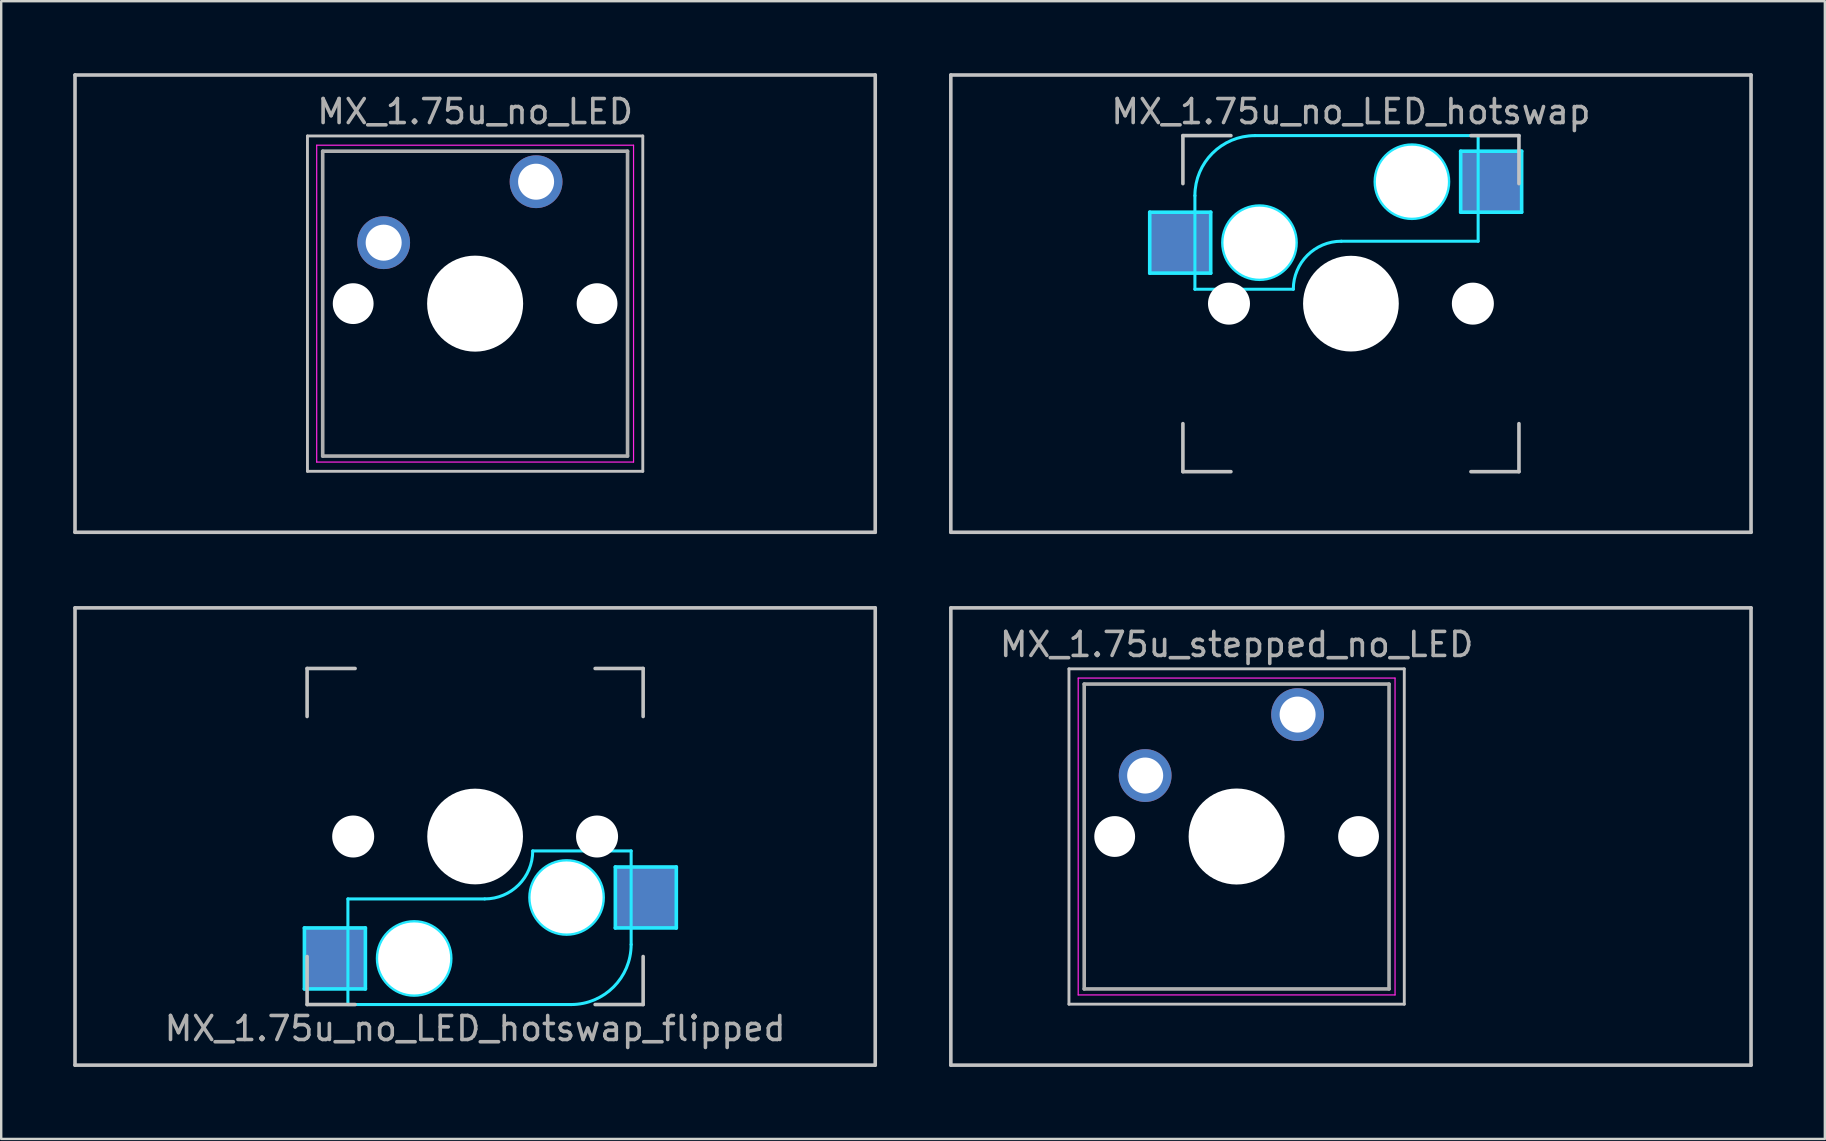
<source format=kicad_pcb>
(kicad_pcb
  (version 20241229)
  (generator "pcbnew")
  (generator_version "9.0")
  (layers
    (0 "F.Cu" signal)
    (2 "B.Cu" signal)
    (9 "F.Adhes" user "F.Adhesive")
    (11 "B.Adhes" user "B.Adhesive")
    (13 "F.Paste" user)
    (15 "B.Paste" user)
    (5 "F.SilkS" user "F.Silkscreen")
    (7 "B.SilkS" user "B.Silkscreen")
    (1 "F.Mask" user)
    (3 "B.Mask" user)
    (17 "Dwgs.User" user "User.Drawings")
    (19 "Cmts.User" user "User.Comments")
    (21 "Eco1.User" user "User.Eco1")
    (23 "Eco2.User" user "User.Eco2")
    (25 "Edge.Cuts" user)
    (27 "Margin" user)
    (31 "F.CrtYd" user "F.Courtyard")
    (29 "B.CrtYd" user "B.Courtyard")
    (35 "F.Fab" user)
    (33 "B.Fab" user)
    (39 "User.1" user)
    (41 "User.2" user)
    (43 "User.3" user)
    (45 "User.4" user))
  (footprint "MX_1.75u_no_LED"
    (layer "F.Cu")
    (at 16.744 9.6)
    (property "Reference" "MX_1.75u_no_LED" (at 0 -8 0) (layer "F.Fab") (effects (font (size 1 1) (thickness 0.15))))
    (attr through_hole)
    (fp_line (start -16.669 -9.525) (end 16.669 -9.525) (stroke (width 0.15) (type solid)) (layer "Dwgs.User"))
    (fp_line (start -16.669 9.525) (end -16.669 -9.525) (stroke (width 0.15) (type solid)) (layer "Dwgs.User"))
    (fp_line (start -6.985 -6.985) (end 6.985 -6.985) (stroke (width 0.12) (type solid)) (layer "Dwgs.User"))
    (fp_line (start -6.985 6.985) (end -6.985 -6.985) (stroke (width 0.12) (type solid)) (layer "Dwgs.User"))
    (fp_line (start 6.985 -6.985) (end 6.985 6.985) (stroke (width 0.12) (type solid)) (layer "Dwgs.User"))
    (fp_line (start 6.985 6.985) (end -6.985 6.985) (stroke (width 0.12) (type solid)) (layer "Dwgs.User"))
    (fp_line (start 16.669 -9.525) (end 16.669 9.525) (stroke (width 0.15) (type solid)) (layer "Dwgs.User"))
    (fp_line (start 16.669 9.525) (end -16.669 9.525) (stroke (width 0.15) (type solid)) (layer "Dwgs.User"))
    (fp_line (start -6.6 -6.6) (end 6.6 -6.6) (stroke (width 0.05) (type solid)) (layer "F.CrtYd"))
    (fp_line (start -6.6 6.6) (end -6.6 -6.6) (stroke (width 0.05) (type solid)) (layer "F.CrtYd"))
    (fp_line (start 6.6 -6.6) (end 6.6 6.6) (stroke (width 0.05) (type solid)) (layer "F.CrtYd"))
    (fp_line (start 6.6 6.6) (end -6.6 6.6) (stroke (width 0.05) (type solid)) (layer "F.CrtYd"))
    (fp_line (start -6.35 -6.35) (end 6.35 -6.35) (stroke (width 0.15) (type solid)) (layer "F.Fab"))
    (fp_line (start -6.35 6.35) (end -6.35 -6.35) (stroke (width 0.15) (type solid)) (layer "F.Fab"))
    (fp_line (start 6.35 -6.35) (end 6.35 6.35) (stroke (width 0.15) (type solid)) (layer "F.Fab"))
    (fp_line (start 6.35 6.35) (end -6.35 6.35) (stroke (width 0.15) (type solid)) (layer "F.Fab"))
    (pad "" np_thru_hole circle (at -5.08 0) (size 1.7 1.7) (drill 1.7) (layers "*.Cu" "*.Mask"))
    (pad "" np_thru_hole circle (at 0 0) (size 4 4) (drill 4) (layers "*.Cu" "*.Mask"))
    (pad "" np_thru_hole circle (at 5.08 0) (size 1.7 1.7) (drill 1.7) (layers "*.Cu" "*.Mask"))
    (pad "1" thru_hole circle (at 2.54 -5.08) (size 2.2 2.2) (drill 1.5) (layers "*.Cu" "*.Mask"))
    (pad "2" thru_hole circle (at -3.81 -2.54) (size 2.2 2.2) (drill 1.5) (layers "*.Cu" "*.Mask")))
  (footprint "MX_1.75u_no_LED_hotswap_flipped"
    (layer "F.Cu")
    (at 16.744 31.8)
    (property "Reference" "MX_1.75u_no_LED_hotswap_flipped" (at 0 8 180) (layer "F.Fab") (effects (font (size 1 1) (thickness 0.15))))
    (attr through_hole)
    (fp_line (start -16.669 -9.525) (end 16.669 -9.525) (stroke (width 0.15) (type solid)) (layer "Dwgs.User"))
    (fp_line (start -16.669 9.525) (end -16.669 -9.525) (stroke (width 0.15) (type solid)) (layer "Dwgs.User"))
    (fp_line (start -7 -7) (end -7 -5) (stroke (width 0.15) (type solid)) (layer "Dwgs.User"))
    (fp_line (start -7 7) (end -7 5) (stroke (width 0.15) (type solid)) (layer "Dwgs.User"))
    (fp_line (start -5 -7) (end -7 -7) (stroke (width 0.15) (type solid)) (layer "Dwgs.User"))
    (fp_line (start -5 7) (end -7 7) (stroke (width 0.15) (type solid)) (layer "Dwgs.User"))
    (fp_line (start 5 7) (end 7 7) (stroke (width 0.15) (type solid)) (layer "Dwgs.User"))
    (fp_line (start 7 -7) (end 5 -7) (stroke (width 0.15) (type solid)) (layer "Dwgs.User"))
    (fp_line (start 7 -5) (end 7 -7) (stroke (width 0.15) (type solid)) (layer "Dwgs.User"))
    (fp_line (start 7 7) (end 7 5) (stroke (width 0.15) (type solid)) (layer "Dwgs.User"))
    (fp_line (start 16.669 -9.525) (end 16.669 9.525) (stroke (width 0.15) (type solid)) (layer "Dwgs.User"))
    (fp_line (start 16.669 9.525) (end -16.669 9.525) (stroke (width 0.15) (type solid)) (layer "Dwgs.User"))
    (fp_line (start -7.112 3.81) (end -4.572 3.81) (stroke (width 0.15) (type solid)) (layer "B.CrtYd"))
    (fp_line (start -7.112 6.35) (end -7.112 3.81) (stroke (width 0.15) (type solid)) (layer "B.CrtYd"))
    (fp_line (start -5.3 7) (end -5.3 2.6) (stroke (width 0.127) (type solid)) (layer "B.CrtYd"))
    (fp_line (start -5.3 7) (end 4 7) (stroke (width 0.127) (type solid)) (layer "B.CrtYd"))
    (fp_line (start -4.572 3.81) (end -4.572 6.35) (stroke (width 0.15) (type solid)) (layer "B.CrtYd"))
    (fp_line (start -4.572 6.35) (end -7.112 6.35) (stroke (width 0.15) (type solid)) (layer "B.CrtYd"))
    (fp_line (start 0.4 2.6) (end -5.3 2.6) (stroke (width 0.127) (type solid)) (layer "B.CrtYd"))
    (fp_line (start 5.842 1.27) (end 5.842 3.81) (stroke (width 0.15) (type solid)) (layer "B.CrtYd"))
    (fp_line (start 5.842 3.81) (end 8.382 3.81) (stroke (width 0.15) (type solid)) (layer "B.CrtYd"))
    (fp_line (start 6.5 0.6) (end 2.4 0.6) (stroke (width 0.127) (type solid)) (layer "B.CrtYd"))
    (fp_line (start 6.5 4.5) (end 6.5 0.6) (stroke (width 0.127) (type solid)) (layer "B.CrtYd"))
    (fp_line (start 8.382 1.27) (end 5.842 1.27) (stroke (width 0.15) (type solid)) (layer "B.CrtYd"))
    (fp_line (start 8.382 3.81) (end 8.382 1.27) (stroke (width 0.15) (type solid)) (layer "B.CrtYd"))
    (fp_arc (start 2.4 0.6) (mid 1.814214 2.014214) (end 0.4 2.6) (stroke (width 0.127) (type solid)) (layer "B.CrtYd"))
    (fp_arc (start 6.5 4.5) (mid 5.767767 6.267767) (end 4 7) (stroke (width 0.127) (type solid)) (layer "B.CrtYd"))
    (fp_circle (center -2.54 5.08) (end -2.54 6.604) (stroke (width 0.15) (type solid)) (fill no) (layer "B.CrtYd"))
    (fp_circle (center 3.81 2.54) (end 3.81 4.064) (stroke (width 0.15) (type solid)) (fill no) (layer "B.CrtYd"))
    (pad "" np_thru_hole circle (at -5.08 0 228.1) (size 1.75 1.75) (drill 1.75) (layers "*.Cu" "*.Mask"))
    (pad "" np_thru_hole circle (at -2.54 5.08 180) (size 3 3) (drill 3) (layers "*.Cu" "*.Mask"))
    (pad "" np_thru_hole circle (at 0 0 180) (size 3.988 3.988) (drill 3.988) (layers "*.Cu" "*.Mask"))
    (pad "" np_thru_hole circle (at 3.81 2.54 180) (size 3 3) (drill 3) (layers "*.Cu" "*.Mask"))
    (pad "" np_thru_hole circle (at 5.08 0 228.1) (size 1.75 1.75) (drill 1.75) (layers "*.Cu" "*.Mask"))
    (pad "1" smd rect (at 7.085 2.54 180) (size 2.55 2.5) (layers "B.Cu" "B.Mask"))
    (pad "2" smd rect (at -5.842 5.08 180) (size 2.55 2.5) (layers "B.Cu" "B.Mask")))
  (footprint "MX_1.75u_stepped_no_LED"
    (layer "F.Cu")
    (at 48.469 31.8)
    (property "Reference" "MX_1.75u_stepped_no_LED" (at 0 -8 0) (layer "F.Fab") (effects (font (size 1 1) (thickness 0.15))))
    (attr through_hole)
    (fp_line (start -11.906 -9.525) (end 21.431 -9.525) (stroke (width 0.15) (type solid)) (layer "Dwgs.User"))
    (fp_line (start -11.906 9.525) (end -11.906 -9.525) (stroke (width 0.15) (type solid)) (layer "Dwgs.User"))
    (fp_line (start -6.985 -6.985) (end 6.985 -6.985) (stroke (width 0.12) (type solid)) (layer "Dwgs.User"))
    (fp_line (start -6.985 6.985) (end -6.985 -6.985) (stroke (width 0.12) (type solid)) (layer "Dwgs.User"))
    (fp_line (start 6.985 -6.985) (end 6.985 6.985) (stroke (width 0.12) (type solid)) (layer "Dwgs.User"))
    (fp_line (start 6.985 6.985) (end -6.985 6.985) (stroke (width 0.12) (type solid)) (layer "Dwgs.User"))
    (fp_line (start 21.431 -9.525) (end 21.431 9.525) (stroke (width 0.15) (type solid)) (layer "Dwgs.User"))
    (fp_line (start 21.431 9.525) (end -11.906 9.525) (stroke (width 0.15) (type solid)) (layer "Dwgs.User"))
    (fp_line (start -6.6 -6.6) (end 6.6 -6.6) (stroke (width 0.05) (type solid)) (layer "F.CrtYd"))
    (fp_line (start -6.6 6.6) (end -6.6 -6.6) (stroke (width 0.05) (type solid)) (layer "F.CrtYd"))
    (fp_line (start 6.6 -6.6) (end 6.6 6.6) (stroke (width 0.05) (type solid)) (layer "F.CrtYd"))
    (fp_line (start 6.6 6.6) (end -6.6 6.6) (stroke (width 0.05) (type solid)) (layer "F.CrtYd"))
    (fp_line (start -6.35 -6.35) (end 6.35 -6.35) (stroke (width 0.15) (type solid)) (layer "F.Fab"))
    (fp_line (start -6.35 6.35) (end -6.35 -6.35) (stroke (width 0.15) (type solid)) (layer "F.Fab"))
    (fp_line (start 6.35 -6.35) (end 6.35 6.35) (stroke (width 0.15) (type solid)) (layer "F.Fab"))
    (fp_line (start 6.35 6.35) (end -6.35 6.35) (stroke (width 0.15) (type solid)) (layer "F.Fab"))
    (pad "" np_thru_hole circle (at -5.08 0) (size 1.7 1.7) (drill 1.7) (layers "*.Cu" "*.Mask"))
    (pad "" np_thru_hole circle (at 0 0) (size 4 4) (drill 4) (layers "*.Cu" "*.Mask"))
    (pad "" np_thru_hole circle (at 5.08 0) (size 1.7 1.7) (drill 1.7) (layers "*.Cu" "*.Mask"))
    (pad "1" thru_hole circle (at 2.54 -5.08) (size 2.2 2.2) (drill 1.5) (layers "*.Cu" "*.Mask"))
    (pad "2" thru_hole circle (at -3.81 -2.54) (size 2.2 2.2) (drill 1.5) (layers "*.Cu" "*.Mask")))
  (footprint "MX_1.75u_no_LED_hotswap"
    (layer "F.Cu")
    (at 53.231 9.6)
    (property "Reference" "MX_1.75u_no_LED_hotswap" (at 0 -8 0) (layer "F.Fab") (effects (font (size 1 1) (thickness 0.15))))
    (attr through_hole)
    (fp_line (start -16.669 -9.525) (end 16.669 -9.525) (stroke (width 0.15) (type solid)) (layer "Dwgs.User"))
    (fp_line (start -16.669 9.525) (end -16.669 -9.525) (stroke (width 0.15) (type solid)) (layer "Dwgs.User"))
    (fp_line (start -7 -7) (end -7 -5) (stroke (width 0.15) (type solid)) (layer "Dwgs.User"))
    (fp_line (start -7 5) (end -7 7) (stroke (width 0.15) (type solid)) (layer "Dwgs.User"))
    (fp_line (start -7 7) (end -5 7) (stroke (width 0.15) (type solid)) (layer "Dwgs.User"))
    (fp_line (start -5 -7) (end -7 -7) (stroke (width 0.15) (type solid)) (layer "Dwgs.User"))
    (fp_line (start 5 -7) (end 7 -7) (stroke (width 0.15) (type solid)) (layer "Dwgs.User"))
    (fp_line (start 5 7) (end 7 7) (stroke (width 0.15) (type solid)) (layer "Dwgs.User"))
    (fp_line (start 7 -7) (end 7 -5) (stroke (width 0.15) (type solid)) (layer "Dwgs.User"))
    (fp_line (start 7 7) (end 7 5) (stroke (width 0.15) (type solid)) (layer "Dwgs.User"))
    (fp_line (start 16.669 -9.525) (end 16.669 9.525) (stroke (width 0.15) (type solid)) (layer "Dwgs.User"))
    (fp_line (start 16.669 9.525) (end -16.669 9.525) (stroke (width 0.15) (type solid)) (layer "Dwgs.User"))
    (fp_line (start -8.382 -3.81) (end -8.382 -1.27) (stroke (width 0.15) (type solid)) (layer "B.CrtYd"))
    (fp_line (start -8.382 -1.27) (end -5.842 -1.27) (stroke (width 0.15) (type solid)) (layer "B.CrtYd"))
    (fp_line (start -6.5 -4.5) (end -6.5 -0.6) (stroke (width 0.127) (type solid)) (layer "B.CrtYd"))
    (fp_line (start -6.5 -0.6) (end -2.4 -0.6) (stroke (width 0.127) (type solid)) (layer "B.CrtYd"))
    (fp_line (start -5.842 -3.81) (end -8.382 -3.81) (stroke (width 0.15) (type solid)) (layer "B.CrtYd"))
    (fp_line (start -5.842 -1.27) (end -5.842 -3.81) (stroke (width 0.15) (type solid)) (layer "B.CrtYd"))
    (fp_line (start -0.4 -2.6) (end 5.3 -2.6) (stroke (width 0.127) (type solid)) (layer "B.CrtYd"))
    (fp_line (start 4.572 -6.35) (end 7.112 -6.35) (stroke (width 0.15) (type solid)) (layer "B.CrtYd"))
    (fp_line (start 4.572 -3.81) (end 4.572 -6.35) (stroke (width 0.15) (type solid)) (layer "B.CrtYd"))
    (fp_line (start 5.3 -7) (end -4 -7) (stroke (width 0.127) (type solid)) (layer "B.CrtYd"))
    (fp_line (start 5.3 -7) (end 5.3 -2.6) (stroke (width 0.127) (type solid)) (layer "B.CrtYd"))
    (fp_line (start 7.112 -6.35) (end 7.112 -3.81) (stroke (width 0.15) (type solid)) (layer "B.CrtYd"))
    (fp_line (start 7.112 -3.81) (end 4.572 -3.81) (stroke (width 0.15) (type solid)) (layer "B.CrtYd"))
    (fp_arc (start -6.5 -4.5) (mid -5.767767 -6.267767) (end -4 -7) (stroke (width 0.127) (type solid)) (layer "B.CrtYd"))
    (fp_arc (start -2.4 -0.6) (mid -1.814214 -2.014214) (end -0.4 -2.6) (stroke (width 0.127) (type solid)) (layer "B.CrtYd"))
    (fp_circle (center -3.81 -2.54) (end -3.81 -4.064) (stroke (width 0.15) (type solid)) (fill no) (layer "B.CrtYd"))
    (fp_circle (center 2.54 -5.08) (end 2.54 -6.604) (stroke (width 0.15) (type solid)) (fill no) (layer "B.CrtYd"))
    (pad "" np_thru_hole circle (at -5.08 0 48.1) (size 1.75 1.75) (drill 1.75) (layers "*.Cu" "*.Mask"))
    (pad "" np_thru_hole circle (at -3.81 -2.54) (size 3 3) (drill 3) (layers "*.Cu" "*.Mask"))
    (pad "" np_thru_hole circle (at 0 0) (size 3.988 3.988) (drill 3.988) (layers "*.Cu" "*.Mask"))
    (pad "" np_thru_hole circle (at 2.54 -5.08) (size 3 3) (drill 3) (layers "*.Cu" "*.Mask"))
    (pad "" np_thru_hole circle (at 5.08 0 48.1) (size 1.75 1.75) (drill 1.75) (layers "*.Cu" "*.Mask"))
    (pad "1" smd rect (at 5.842 -5.08) (size 2.55 2.5) (layers "B.Cu" "B.Mask" "B.Paste"))
    (pad "2" smd rect (at -7.085 -2.54) (size 2.55 2.5) (layers "B.Cu" "B.Mask" "B.Paste")))
  (gr_rect
    (start -3 -3)
    (end 72.975 44.4)
    (stroke (width 0.1) (type default))
    (fill no)
    (layer "Edge.Cuts")))
</source>
